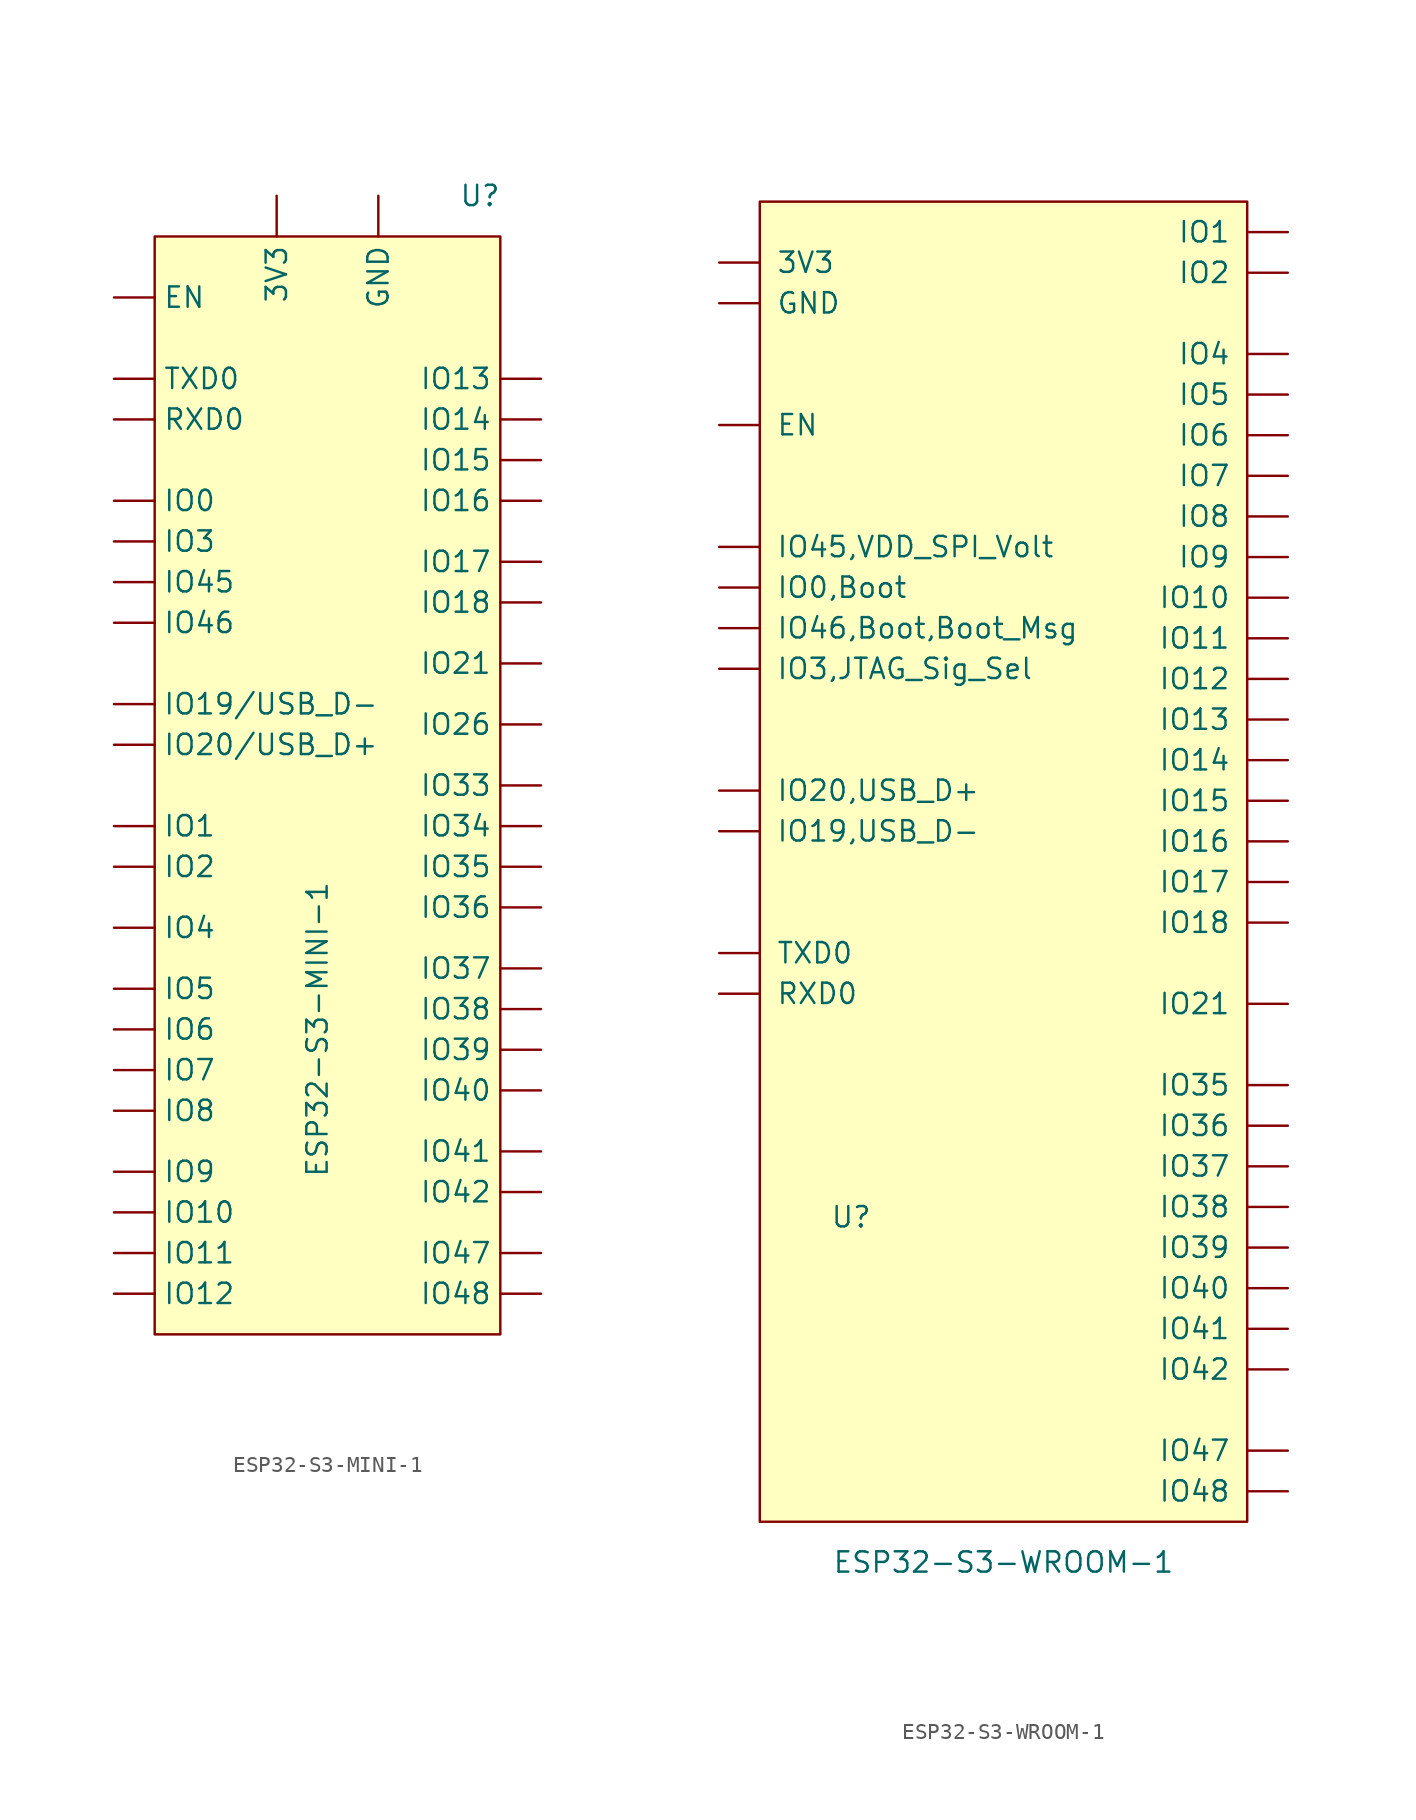
<source format=kicad_sym>
(kicad_symbol_lib
  (version 20220914)
  (generator kicad_symbol_editor)
  (symbol "ESP32-S3-MINI-1"
    (pin_numbers hide)
    (property "Reference" "U"
      (at 10.16 33.02 0)
      (effects (font (size 1.27 1.27))))
    (property "Value" "ESP32-S3-MINI-1"
      (at 0 -19.05 90)
      (effects (font (size 1.27 1.27))))
    (symbol "ESP32-S3-MINI-1_0_1"
      (rectangle (start -10.16 30.48) (end 11.43 -38.1) (stroke (width 0) (type default)) (fill (type background))))
    (symbol "ESP32-S3-MINI-1_1_1"
      (pin power_in line (at 3.81 33.02 270) (length 2.54) (name "GND" (effects (font (size 1.27 1.27)))) (number "1" (effects (font (size 1.27 1.27)))))
      (pin bidirectional line (at -12.7 -19.05 0) (length 2.54) (name "IO6" (effects (font (size 1.27 1.27)))) (number "10" (effects (font (size 1.27 1.27)))))
      (pin bidirectional line (at -12.7 -21.59 0) (length 2.54) (name "IO7" (effects (font (size 1.27 1.27)))) (number "11" (effects (font (size 1.27 1.27)))))
      (pin bidirectional line (at -12.7 -24.13 0) (length 2.54) (name "IO8" (effects (font (size 1.27 1.27)))) (number "12" (effects (font (size 1.27 1.27)))))
      (pin bidirectional line (at -12.7 -27.94 0) (length 2.54) (name "IO9" (effects (font (size 1.27 1.27)))) (number "13" (effects (font (size 1.27 1.27)))))
      (pin bidirectional line (at -12.7 -30.48 0) (length 2.54) (name "IO10" (effects (font (size 1.27 1.27)))) (number "14" (effects (font (size 1.27 1.27)))))
      (pin bidirectional line (at -12.7 -33.02 0) (length 2.54) (name "IO11" (effects (font (size 1.27 1.27)))) (number "15" (effects (font (size 1.27 1.27)))))
      (pin bidirectional line (at -12.7 -35.56 0) (length 2.54) (name "IO12" (effects (font (size 1.27 1.27)))) (number "16" (effects (font (size 1.27 1.27)))))
      (pin bidirectional line (at 13.97 21.59 180) (length 2.54) (name "IO13" (effects (font (size 1.27 1.27)))) (number "17" (effects (font (size 1.27 1.27)))))
      (pin bidirectional line (at 13.97 19.05 180) (length 2.54) (name "IO14" (effects (font (size 1.27 1.27)))) (number "18" (effects (font (size 1.27 1.27)))))
      (pin bidirectional line (at 13.97 16.51 180) (length 2.54) (name "IO15" (effects (font (size 1.27 1.27)))) (number "19" (effects (font (size 1.27 1.27)))))
      (pin power_in line (at 3.81 33.02 270) (length 2.54) hide (name "GND" (effects (font (size 1.27 1.27)))) (number "2" (effects (font (size 1.27 1.27)))))
      (pin bidirectional line (at 13.97 13.97 180) (length 2.54) (name "IO16" (effects (font (size 1.27 1.27)))) (number "20" (effects (font (size 1.27 1.27)))))
      (pin bidirectional line (at 13.97 10.16 180) (length 2.54) (name "IO17" (effects (font (size 1.27 1.27)))) (number "21" (effects (font (size 1.27 1.27)))))
      (pin bidirectional line (at 13.97 7.62 180) (length 2.54) (name "IO18" (effects (font (size 1.27 1.27)))) (number "22" (effects (font (size 1.27 1.27)))))
      (pin bidirectional line (at -12.7 1.27 0) (length 2.54) (name "IO19/USB_D-" (effects (font (size 1.27 1.27)))) (number "23" (effects (font (size 1.27 1.27)))))
      (pin bidirectional line (at -12.7 -1.27 0) (length 2.54) (name "IO20/USB_D+" (effects (font (size 1.27 1.27)))) (number "24" (effects (font (size 1.27 1.27)))))
      (pin bidirectional line (at 13.97 3.81 180) (length 2.54) (name "IO21" (effects (font (size 1.27 1.27)))) (number "25" (effects (font (size 1.27 1.27)))))
      (pin bidirectional line (at 13.97 0 180) (length 2.54) (name "IO26" (effects (font (size 1.27 1.27)))) (number "26" (effects (font (size 1.27 1.27)))))
      (pin bidirectional line (at 13.97 -33.02 180) (length 2.54) (name "IO47" (effects (font (size 1.27 1.27)))) (number "27" (effects (font (size 1.27 1.27)))))
      (pin bidirectional line (at 13.97 -3.81 180) (length 2.54) (name "IO33" (effects (font (size 1.27 1.27)))) (number "28" (effects (font (size 1.27 1.27)))))
      (pin bidirectional line (at 13.97 -6.35 180) (length 2.54) (name "IO34" (effects (font (size 1.27 1.27)))) (number "29" (effects (font (size 1.27 1.27)))))
      (pin power_in line (at -2.54 33.02 270) (length 2.54) (name "3V3" (effects (font (size 1.27 1.27)))) (number "3" (effects (font (size 1.27 1.27)))))
      (pin bidirectional line (at 13.97 -35.56 180) (length 2.54) (name "IO48" (effects (font (size 1.27 1.27)))) (number "30" (effects (font (size 1.27 1.27)))))
      (pin bidirectional line (at 13.97 -8.89 180) (length 2.54) (name "IO35" (effects (font (size 1.27 1.27)))) (number "31" (effects (font (size 1.27 1.27)))))
      (pin bidirectional line (at 13.97 -11.43 180) (length 2.54) (name "IO36" (effects (font (size 1.27 1.27)))) (number "32" (effects (font (size 1.27 1.27)))))
      (pin bidirectional line (at 13.97 -15.24 180) (length 2.54) (name "IO37" (effects (font (size 1.27 1.27)))) (number "33" (effects (font (size 1.27 1.27)))))
      (pin bidirectional line (at 13.97 -17.78 180) (length 2.54) (name "IO38" (effects (font (size 1.27 1.27)))) (number "34" (effects (font (size 1.27 1.27)))))
      (pin bidirectional line (at 13.97 -20.32 180) (length 2.54) (name "IO39" (effects (font (size 1.27 1.27)))) (number "35" (effects (font (size 1.27 1.27)))))
      (pin bidirectional line (at 13.97 -22.86 180) (length 2.54) (name "IO40" (effects (font (size 1.27 1.27)))) (number "36" (effects (font (size 1.27 1.27)))))
      (pin bidirectional line (at 13.97 -26.67 180) (length 2.54) (name "IO41" (effects (font (size 1.27 1.27)))) (number "37" (effects (font (size 1.27 1.27)))))
      (pin bidirectional line (at 13.97 -29.21 180) (length 2.54) (name "IO42" (effects (font (size 1.27 1.27)))) (number "38" (effects (font (size 1.27 1.27)))))
      (pin bidirectional line (at -12.7 21.59 0) (length 2.54) (name "TXD0" (effects (font (size 1.27 1.27)))) (number "39" (effects (font (size 1.27 1.27)))))
      (pin bidirectional line (at -12.7 13.97 0) (length 2.54) (name "IO0" (effects (font (size 1.27 1.27)))) (number "4" (effects (font (size 1.27 1.27)))))
      (pin bidirectional line (at -12.7 19.05 0) (length 2.54) (name "RXD0" (effects (font (size 1.27 1.27)))) (number "40" (effects (font (size 1.27 1.27)))))
      (pin bidirectional line (at -12.7 8.89 0) (length 2.54) (name "IO45" (effects (font (size 1.27 1.27)))) (number "41" (effects (font (size 1.27 1.27)))))
      (pin power_in line (at 3.81 33.02 270) (length 2.54) hide (name "GND" (effects (font (size 1.27 1.27)))) (number "42" (effects (font (size 1.27 1.27)))))
      (pin power_in line (at 3.81 33.02 270) (length 2.54) hide (name "GND" (effects (font (size 1.27 1.27)))) (number "43" (effects (font (size 1.27 1.27)))))
      (pin power_in line (at 3.81 33.02 270) (length 2.54) hide (name "GND" (effects (font (size 1.27 1.27)))) (number "44" (effects (font (size 1.27 1.27)))))
      (pin bidirectional line (at -12.7 6.35 0) (length 2.54) (name "IO46" (effects (font (size 1.27 1.27)))) (number "44" (effects (font (size 1.27 1.27)))))
      (pin input line (at -12.7 26.67 0) (length 2.54) (name "EN" (effects (font (size 1.27 1.27)))) (number "45" (effects (font (size 1.27 1.27)))))
      (pin power_in line (at 3.81 33.02 270) (length 2.54) hide (name "GND" (effects (font (size 1.27 1.27)))) (number "45" (effects (font (size 1.27 1.27)))))
      (pin power_in line (at 3.81 33.02 270) (length 2.54) hide (name "GND" (effects (font (size 1.27 1.27)))) (number "46" (effects (font (size 1.27 1.27)))))
      (pin power_in line (at 3.81 33.02 270) (length 2.54) hide (name "GND" (effects (font (size 1.27 1.27)))) (number "47" (effects (font (size 1.27 1.27)))))
      (pin power_in line (at 3.81 33.02 270) (length 2.54) hide (name "GND" (effects (font (size 1.27 1.27)))) (number "48" (effects (font (size 1.27 1.27)))))
      (pin power_in line (at 3.81 33.02 270) (length 2.54) hide (name "GND" (effects (font (size 1.27 1.27)))) (number "49" (effects (font (size 1.27 1.27)))))
      (pin bidirectional line (at -12.7 -6.35 0) (length 2.54) (name "IO1" (effects (font (size 1.27 1.27)))) (number "5" (effects (font (size 1.27 1.27)))))
      (pin power_in line (at 3.81 33.02 270) (length 2.54) hide (name "GND" (effects (font (size 1.27 1.27)))) (number "50" (effects (font (size 1.27 1.27)))))
      (pin power_in line (at 3.81 33.02 270) (length 2.54) hide (name "GND" (effects (font (size 1.27 1.27)))) (number "51" (effects (font (size 1.27 1.27)))))
      (pin power_in line (at 3.81 33.02 270) (length 2.54) hide (name "GND" (effects (font (size 1.27 1.27)))) (number "52" (effects (font (size 1.27 1.27)))))
      (pin power_in line (at 3.81 33.02 270) (length 2.54) hide (name "GND" (effects (font (size 1.27 1.27)))) (number "53" (effects (font (size 1.27 1.27)))))
      (pin power_in line (at 3.81 33.02 270) (length 2.54) hide (name "GND" (effects (font (size 1.27 1.27)))) (number "54" (effects (font (size 1.27 1.27)))))
      (pin power_in line (at 3.81 33.02 270) (length 2.54) hide (name "GND" (effects (font (size 1.27 1.27)))) (number "55" (effects (font (size 1.27 1.27)))))
      (pin power_in line (at 3.81 33.02 270) (length 2.54) hide (name "GND" (effects (font (size 1.27 1.27)))) (number "56" (effects (font (size 1.27 1.27)))))
      (pin power_in line (at 3.81 33.02 270) (length 2.54) hide (name "GND" (effects (font (size 1.27 1.27)))) (number "57" (effects (font (size 1.27 1.27)))))
      (pin power_in line (at 3.81 33.02 270) (length 2.54) hide (name "GND" (effects (font (size 1.27 1.27)))) (number "58" (effects (font (size 1.27 1.27)))))
      (pin power_in line (at 3.81 33.02 270) (length 2.54) hide (name "GND" (effects (font (size 1.27 1.27)))) (number "59" (effects (font (size 1.27 1.27)))))
      (pin bidirectional line (at -12.7 -8.89 0) (length 2.54) (name "IO2" (effects (font (size 1.27 1.27)))) (number "6" (effects (font (size 1.27 1.27)))))
      (pin power_in line (at 3.81 33.02 270) (length 2.54) hide (name "GND" (effects (font (size 1.27 1.27)))) (number "60" (effects (font (size 1.27 1.27)))))
      (pin power_in line (at 3.81 33.02 270) (length 2.54) hide (name "GND" (effects (font (size 1.27 1.27)))) (number "61" (effects (font (size 1.27 1.27)))))
      (pin power_in line (at 3.81 33.02 270) (length 2.54) hide (name "GND" (effects (font (size 1.27 1.27)))) (number "62" (effects (font (size 1.27 1.27)))))
      (pin power_in line (at 3.81 33.02 270) (length 2.54) hide (name "GND" (effects (font (size 1.27 1.27)))) (number "63" (effects (font (size 1.27 1.27)))))
      (pin power_in line (at 3.81 33.02 270) (length 2.54) hide (name "GND" (effects (font (size 1.27 1.27)))) (number "64" (effects (font (size 1.27 1.27)))))
      (pin power_in line (at 3.81 33.02 270) (length 2.54) hide (name "GND" (effects (font (size 1.27 1.27)))) (number "65" (effects (font (size 1.27 1.27)))))
      (pin bidirectional line (at -12.7 11.43 0) (length 2.54) (name "IO3" (effects (font (size 1.27 1.27)))) (number "7" (effects (font (size 1.27 1.27)))))
      (pin bidirectional line (at -12.7 -12.7 0) (length 2.54) (name "IO4" (effects (font (size 1.27 1.27)))) (number "8" (effects (font (size 1.27 1.27)))))
      (pin bidirectional line (at -12.7 -16.51 0) (length 2.54) (name "IO5" (effects (font (size 1.27 1.27)))) (number "9" (effects (font (size 1.27 1.27)))))))
  (symbol "ESP32-S3-WROOM-1"
    (pin_numbers hide)
    (pin_names
      (offset 1.016))
    (property "Reference" "U"
      (at -9.525 -21.59 0)
      (effects (font (size 1.27 1.27))))
    (property "Value" "ESP32-S3-WROOM-1"
      (at 0 -43.18 0)
      (effects (font (size 1.27 1.27))))
    (symbol "ESP32-S3-WROOM-1_0_1"
      (rectangle (start 15.24 41.91) (end -15.24 -40.64) (stroke (width 0) (type default)) (fill (type background))))
    (symbol "ESP32-S3-WROOM-1_1_1"
      (pin power_in line (at -17.78 35.56 0) (length 2.54) (name "GND" (effects (font (size 1.27 1.27)))) (number "1" (effects (font (size 1.27 1.27)))))
      (pin bidirectional line (at 17.78 -0.635 180) (length 2.54) (name "IO17" (effects (font (size 1.27 1.27)))) (number "10" (effects (font (size 1.27 1.27)))))
      (pin bidirectional line (at 17.78 -3.175 180) (length 2.54) (name "IO18" (effects (font (size 1.27 1.27)))) (number "11" (effects (font (size 1.27 1.27)))))
      (pin bidirectional line (at 17.78 22.225 180) (length 2.54) (name "IO8" (effects (font (size 1.27 1.27)))) (number "12" (effects (font (size 1.27 1.27)))))
      (pin bidirectional line (at -17.78 2.54 0) (length 2.54) (name "IO19,USB_D-" (effects (font (size 1.27 1.27)))) (number "13" (effects (font (size 1.27 1.27)))))
      (pin bidirectional line (at -17.78 5.08 0) (length 2.54) (name "IO20,USB_D+" (effects (font (size 1.27 1.27)))) (number "14" (effects (font (size 1.27 1.27)))))
      (pin bidirectional line (at -17.78 12.7 0) (length 2.54) (name "IO3,JTAG_Sig_Sel" (effects (font (size 1.27 1.27)))) (number "15" (effects (font (size 1.27 1.27)))))
      (pin bidirectional line (at -17.78 15.24 0) (length 2.54) (name "IO46,Boot,Boot_Msg" (effects (font (size 1.27 1.27)))) (number "16" (effects (font (size 1.27 1.27)))))
      (pin bidirectional line (at 17.78 19.685 180) (length 2.54) (name "IO9" (effects (font (size 1.27 1.27)))) (number "17" (effects (font (size 1.27 1.27)))))
      (pin bidirectional line (at 17.78 17.145 180) (length 2.54) (name "IO10" (effects (font (size 1.27 1.27)))) (number "18" (effects (font (size 1.27 1.27)))))
      (pin bidirectional line (at 17.78 14.605 180) (length 2.54) (name "IO11" (effects (font (size 1.27 1.27)))) (number "19" (effects (font (size 1.27 1.27)))))
      (pin power_in line (at -17.78 38.1 0) (length 2.54) (name "3V3" (effects (font (size 1.27 1.27)))) (number "2" (effects (font (size 1.27 1.27)))))
      (pin bidirectional line (at 17.78 12.065 180) (length 2.54) (name "IO12" (effects (font (size 1.27 1.27)))) (number "20" (effects (font (size 1.27 1.27)))))
      (pin bidirectional line (at 17.78 9.525 180) (length 2.54) (name "IO13" (effects (font (size 1.27 1.27)))) (number "21" (effects (font (size 1.27 1.27)))))
      (pin bidirectional line (at 17.78 6.985 180) (length 2.54) (name "IO14" (effects (font (size 1.27 1.27)))) (number "22" (effects (font (size 1.27 1.27)))))
      (pin bidirectional line (at 17.78 -8.255 180) (length 2.54) (name "IO21" (effects (font (size 1.27 1.27)))) (number "23" (effects (font (size 1.27 1.27)))))
      (pin bidirectional line (at 17.78 -36.195 180) (length 2.54) (name "IO47" (effects (font (size 1.27 1.27)))) (number "24" (effects (font (size 1.27 1.27)))))
      (pin bidirectional line (at 17.78 -38.735 180) (length 2.54) (name "IO48" (effects (font (size 1.27 1.27)))) (number "25" (effects (font (size 1.27 1.27)))))
      (pin bidirectional line (at -17.78 20.32 0) (length 2.54) (name "IO45,VDD_SPI_Volt" (effects (font (size 1.27 1.27)))) (number "26" (effects (font (size 1.27 1.27)))))
      (pin bidirectional line (at -17.78 17.78 0) (length 2.54) (name "IO0,Boot" (effects (font (size 1.27 1.27)))) (number "27" (effects (font (size 1.27 1.27)))))
      (pin bidirectional line (at 17.78 -13.335 180) (length 2.54) (name "IO35" (effects (font (size 1.27 1.27)))) (number "28" (effects (font (size 1.27 1.27)))))
      (pin bidirectional line (at 17.78 -15.875 180) (length 2.54) (name "IO36" (effects (font (size 1.27 1.27)))) (number "29" (effects (font (size 1.27 1.27)))))
      (pin input line (at -17.78 27.94 0) (length 2.54) (name "EN" (effects (font (size 1.27 1.27)))) (number "3" (effects (font (size 1.27 1.27)))))
      (pin bidirectional line (at 17.78 -18.415 180) (length 2.54) (name "IO37" (effects (font (size 1.27 1.27)))) (number "30" (effects (font (size 1.27 1.27)))))
      (pin bidirectional line (at 17.78 -20.955 180) (length 2.54) (name "IO38" (effects (font (size 1.27 1.27)))) (number "31" (effects (font (size 1.27 1.27)))))
      (pin bidirectional line (at 17.78 -23.495 180) (length 2.54) (name "IO39" (effects (font (size 1.27 1.27)))) (number "32" (effects (font (size 1.27 1.27)))))
      (pin bidirectional line (at 17.78 -26.035 180) (length 2.54) (name "IO40" (effects (font (size 1.27 1.27)))) (number "33" (effects (font (size 1.27 1.27)))))
      (pin bidirectional line (at 17.78 -28.575 180) (length 2.54) (name "IO41" (effects (font (size 1.27 1.27)))) (number "34" (effects (font (size 1.27 1.27)))))
      (pin bidirectional line (at 17.78 -31.115 180) (length 2.54) (name "IO42" (effects (font (size 1.27 1.27)))) (number "35" (effects (font (size 1.27 1.27)))))
      (pin bidirectional line (at -17.78 -7.62 0) (length 2.54) (name "RXD0" (effects (font (size 1.27 1.27)))) (number "36" (effects (font (size 1.27 1.27)))))
      (pin bidirectional line (at -17.78 -5.08 0) (length 2.54) (name "TXD0" (effects (font (size 1.27 1.27)))) (number "37" (effects (font (size 1.27 1.27)))))
      (pin bidirectional line (at 17.78 37.465 180) (length 2.54) (name "IO2" (effects (font (size 1.27 1.27)))) (number "38" (effects (font (size 1.27 1.27)))))
      (pin bidirectional line (at 17.78 40.005 180) (length 2.54) (name "IO1" (effects (font (size 1.27 1.27)))) (number "39" (effects (font (size 1.27 1.27)))))
      (pin bidirectional line (at 17.78 32.385 180) (length 2.54) (name "IO4" (effects (font (size 1.27 1.27)))) (number "4" (effects (font (size 1.27 1.27)))))
      (pin bidirectional line (at -17.78 35.56 0) (length 2.54) hide (name "GND" (effects (font (size 1.27 1.27)))) (number "40" (effects (font (size 1.27 1.27)))))
      (pin bidirectional line (at -17.78 35.56 0) (length 2.54) hide (name "EPAD" (effects (font (size 1.27 1.27)))) (number "41" (effects (font (size 1.27 1.27)))))
      (pin bidirectional line (at 17.78 29.845 180) (length 2.54) (name "IO5" (effects (font (size 1.27 1.27)))) (number "5" (effects (font (size 1.27 1.27)))))
      (pin bidirectional line (at 17.78 27.305 180) (length 2.54) (name "IO6" (effects (font (size 1.27 1.27)))) (number "6" (effects (font (size 1.27 1.27)))))
      (pin bidirectional line (at 17.78 24.765 180) (length 2.54) (name "IO7" (effects (font (size 1.27 1.27)))) (number "7" (effects (font (size 1.27 1.27)))))
      (pin bidirectional line (at 17.78 4.445 180) (length 2.54) (name "IO15" (effects (font (size 1.27 1.27)))) (number "8" (effects (font (size 1.27 1.27)))))
      (pin bidirectional line (at 17.78 1.905 180) (length 2.54) (name "IO16" (effects (font (size 1.27 1.27)))) (number "9" (effects (font (size 1.27 1.27))))))))
</source>
